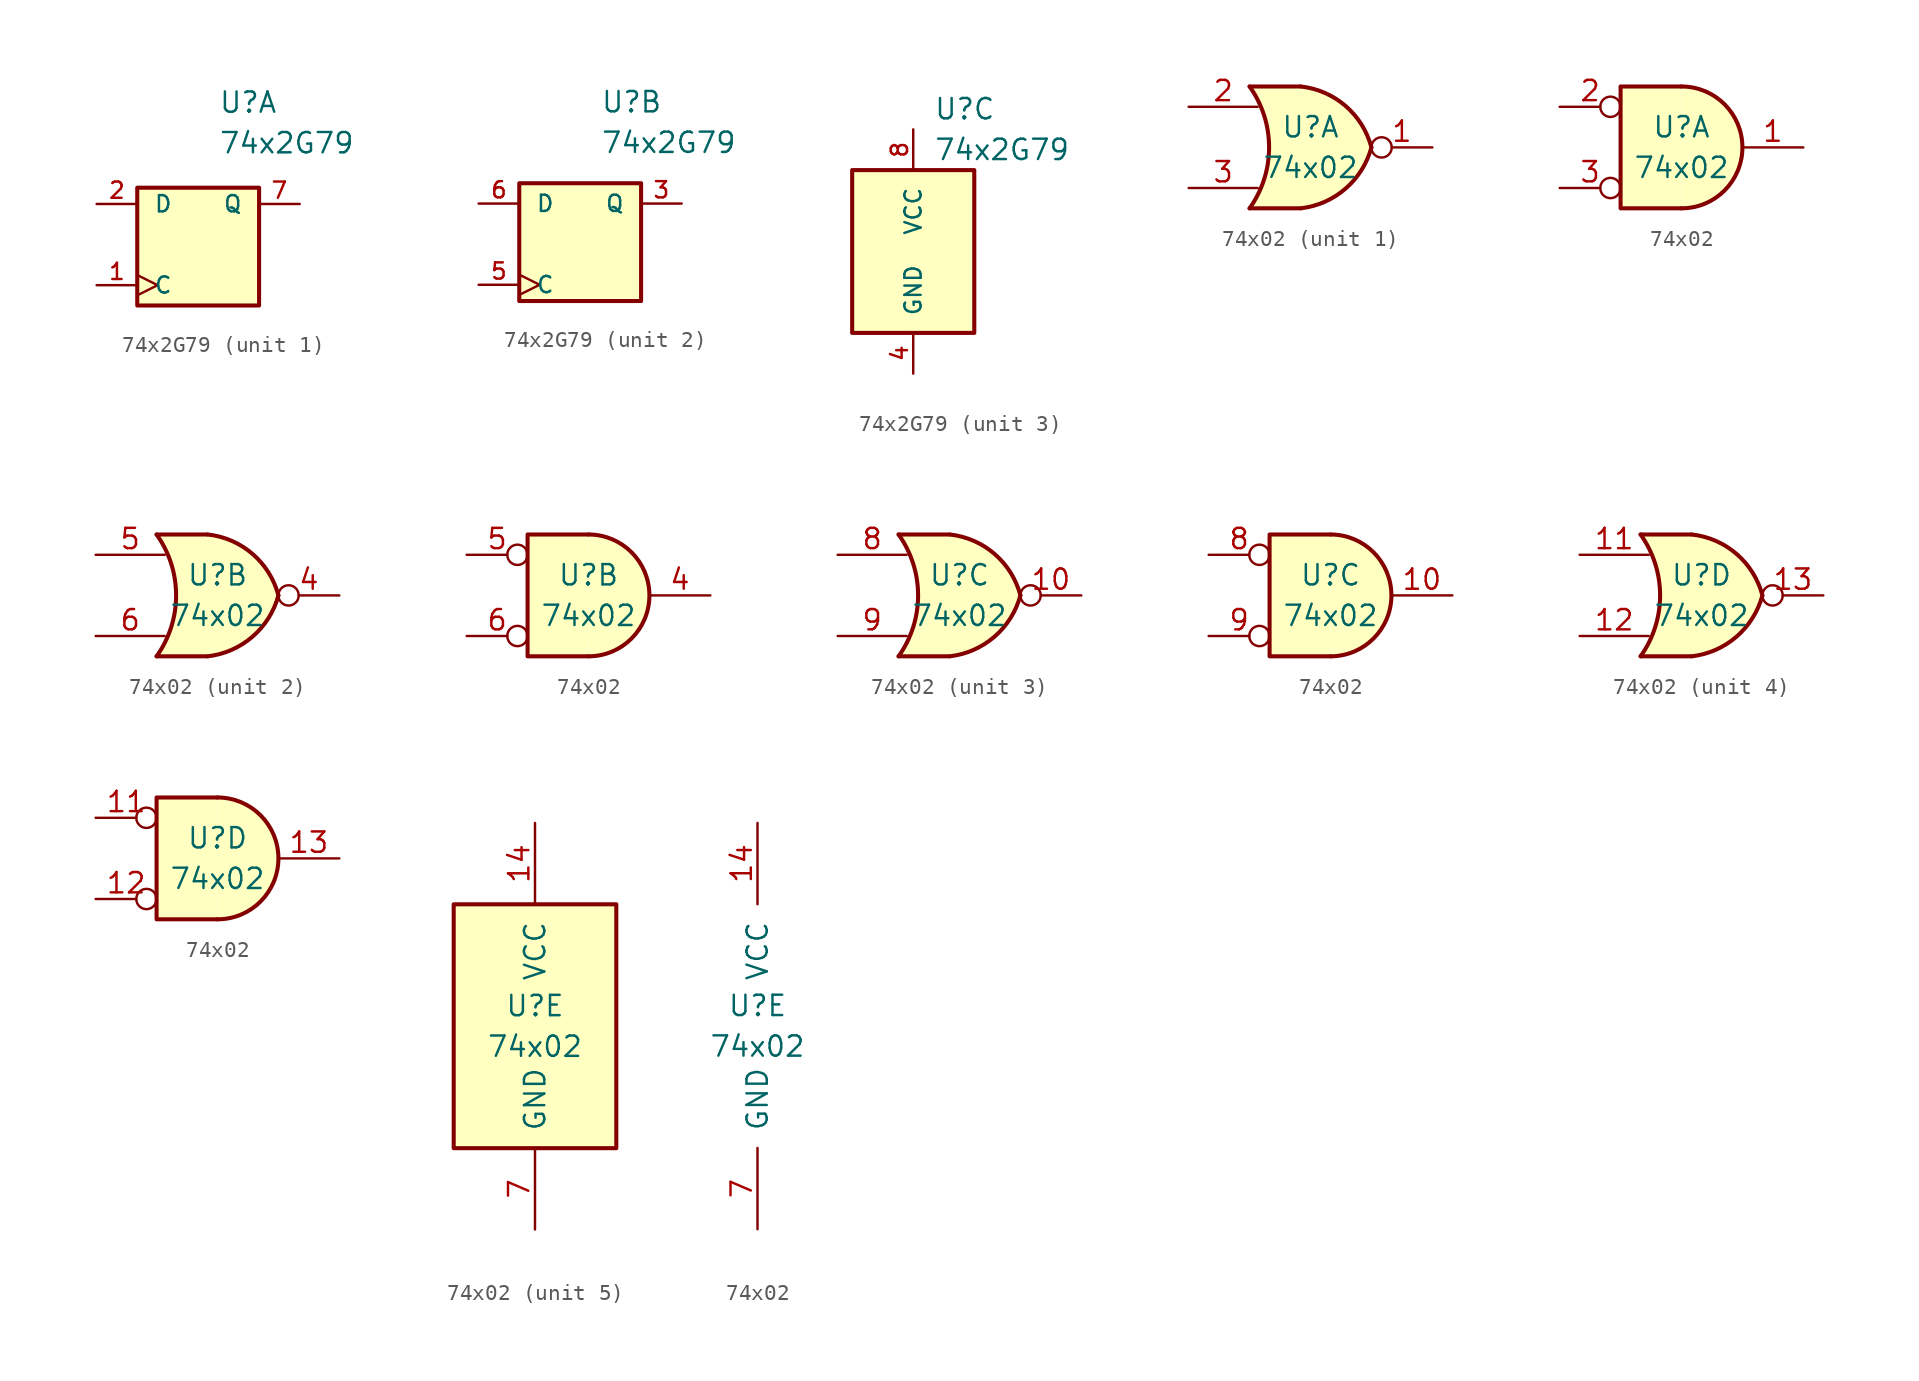
<source format=kicad_sym>
(kicad_symbol_lib
  (version 20220914)
  (generator kicad_symbol_editor)
  (symbol "74x2G79"
    (pin_names
      (offset 1.016))
    (property "Reference" "U"
      (at 1.27 8.89 0)
      (effects (font (size 1.27 1.27)) (justify left)))
    (property "Value" "74x2G79"
      (at 1.27 6.35 0)
      (effects (font (size 1.27 1.27)) (justify left)))
    (property "ki_locked" ""
      (at 0 0 0)
      (effects (font (size 1.27 1.27))))
    (symbol "74x2G79_1_1"
      (rectangle (start -3.81 3.556) (end 3.81 -3.81) (stroke (width 0.254) (type default)) (fill (type background)))
      (pin input clock (at -6.35 -2.54 0) (length 2.54) (name "C" (effects (font (size 1.016 1.016)))) (number "1" (effects (font (size 1.016 1.016)))))
      (pin input line (at -6.35 2.54 0) (length 2.54) (name "D" (effects (font (size 1.016 1.016)))) (number "2" (effects (font (size 1.016 1.016)))))
      (pin output line (at 6.35 2.54 180) (length 2.54) (name "Q" (effects (font (size 1.016 1.016)))) (number "7" (effects (font (size 1.016 1.016))))))
    (symbol "74x2G79_2_1"
      (rectangle (start -3.81 3.81) (end 3.81 -3.556) (stroke (width 0.254) (type default)) (fill (type background)))
      (pin output line (at 6.35 2.54 180) (length 2.54) (name "Q" (effects (font (size 1.016 1.016)))) (number "3" (effects (font (size 1.016 1.016)))))
      (pin input clock (at -6.35 -2.54 0) (length 2.54) (name "C" (effects (font (size 1.016 1.016)))) (number "5" (effects (font (size 1.016 1.016)))))
      (pin input line (at -6.35 2.54 0) (length 2.54) (name "D" (effects (font (size 1.016 1.016)))) (number "6" (effects (font (size 1.016 1.016))))))
    (symbol "74x2G79_3_1"
      (rectangle (start -3.81 5.08) (end 3.81 -5.08) (stroke (width 0.254) (type default)) (fill (type background)))
      (pin power_in line (at 0 -7.62 90) (length 2.54) (name "GND" (effects (font (size 1.016 1.016)))) (number "4" (effects (font (size 1.016 1.016)))))
      (pin power_in line (at 0 7.62 270) (length 2.54) (name "VCC" (effects (font (size 1.016 1.016)))) (number "8" (effects (font (size 1.016 1.016)))))))
  (symbol "74x02"
    (pin_names
      (offset 1.016))
    (property "Reference" "U"
      (at 0 1.27 0)
      (effects (font (size 1.27 1.27))))
    (property "Value" "74x02"
      (at 0 -1.27 0)
      (effects (font (size 1.27 1.27))))
    (property "ki_locked" ""
      (at 0 0 0)
      (effects (font (size 1.27 1.27))))
    (symbol "74x02_1_1"
      (arc (start -3.81 -3.81) (mid -2.589 0) (end -3.81 3.81) (stroke (width 0.254) (type default)) (fill (type none)))
      (arc (start -0.6096 -3.81) (mid 2.1842 -2.5851) (end 3.81 0) (stroke (width 0.254) (type default)) (fill (type background)))
      (polyline (pts (xy -3.81 -3.81) (xy -0.635 -3.81)) (stroke (width 0.254) (type default)) (fill (type background)))
      (polyline (pts (xy -3.81 3.81) (xy -0.635 3.81)) (stroke (width 0.254) (type default)) (fill (type background)))
      (polyline (pts (xy -0.635 3.81) (xy -3.81 3.81) (xy -3.81 3.81) (xy -3.556 3.404) (xy -3.023 2.261) (xy -2.692 1.041) (xy -2.616 -0.254) (xy -2.769 -1.499) (xy -3.175 -2.718) (xy -3.81 -3.81) (xy -3.81 -3.81) (xy -0.635 -3.81)) (stroke (width -25.4) (type default)) (fill (type background)))
      (arc (start 3.81 0) (mid 2.1915 2.5936) (end -0.6096 3.81) (stroke (width 0.254) (type default)) (fill (type background)))
      (pin output inverted (at 7.62 0 180) (length 3.81) (name "~" (effects (font (size 1.27 1.27)))) (number "1" (effects (font (size 1.27 1.27)))))
      (pin input line (at -7.62 2.54 0) (length 4.318) (name "~" (effects (font (size 1.27 1.27)))) (number "2" (effects (font (size 1.27 1.27)))))
      (pin input line (at -7.62 -2.54 0) (length 4.318) (name "~" (effects (font (size 1.27 1.27)))) (number "3" (effects (font (size 1.27 1.27))))))
    (symbol "74x02_1_2"
      (arc (start 0 -3.81) (mid 3.7934 0) (end 0 3.81) (stroke (width 0.254) (type default)) (fill (type background)))
      (polyline (pts (xy 0 3.81) (xy -3.81 3.81) (xy -3.81 -3.81) (xy 0 -3.81)) (stroke (width 0.254) (type default)) (fill (type background)))
      (pin output line (at 7.62 0 180) (length 3.81) (name "~" (effects (font (size 1.27 1.27)))) (number "1" (effects (font (size 1.27 1.27)))))
      (pin input inverted (at -7.62 2.54 0) (length 3.81) (name "~" (effects (font (size 1.27 1.27)))) (number "2" (effects (font (size 1.27 1.27)))))
      (pin input inverted (at -7.62 -2.54 0) (length 3.81) (name "~" (effects (font (size 1.27 1.27)))) (number "3" (effects (font (size 1.27 1.27))))))
    (symbol "74x02_2_1"
      (arc (start -3.81 -3.81) (mid -2.589 0) (end -3.81 3.81) (stroke (width 0.254) (type default)) (fill (type none)))
      (arc (start -0.6096 -3.81) (mid 2.1842 -2.5851) (end 3.81 0) (stroke (width 0.254) (type default)) (fill (type background)))
      (polyline (pts (xy -3.81 -3.81) (xy -0.635 -3.81)) (stroke (width 0.254) (type default)) (fill (type background)))
      (polyline (pts (xy -3.81 3.81) (xy -0.635 3.81)) (stroke (width 0.254) (type default)) (fill (type background)))
      (polyline (pts (xy -0.635 3.81) (xy -3.81 3.81) (xy -3.81 3.81) (xy -3.556 3.404) (xy -3.023 2.261) (xy -2.692 1.041) (xy -2.616 -0.254) (xy -2.769 -1.499) (xy -3.175 -2.718) (xy -3.81 -3.81) (xy -3.81 -3.81) (xy -0.635 -3.81)) (stroke (width -25.4) (type default)) (fill (type background)))
      (arc (start 3.81 0) (mid 2.1915 2.5936) (end -0.6096 3.81) (stroke (width 0.254) (type default)) (fill (type background)))
      (pin output inverted (at 7.62 0 180) (length 3.81) (name "~" (effects (font (size 1.27 1.27)))) (number "4" (effects (font (size 1.27 1.27)))))
      (pin input line (at -7.62 2.54 0) (length 4.318) (name "~" (effects (font (size 1.27 1.27)))) (number "5" (effects (font (size 1.27 1.27)))))
      (pin input line (at -7.62 -2.54 0) (length 4.318) (name "~" (effects (font (size 1.27 1.27)))) (number "6" (effects (font (size 1.27 1.27))))))
    (symbol "74x02_2_2"
      (arc (start 0 -3.81) (mid 3.7934 0) (end 0 3.81) (stroke (width 0.254) (type default)) (fill (type background)))
      (polyline (pts (xy 0 3.81) (xy -3.81 3.81) (xy -3.81 -3.81) (xy 0 -3.81)) (stroke (width 0.254) (type default)) (fill (type background)))
      (pin output line (at 7.62 0 180) (length 3.81) (name "~" (effects (font (size 1.27 1.27)))) (number "4" (effects (font (size 1.27 1.27)))))
      (pin input inverted (at -7.62 2.54 0) (length 3.81) (name "~" (effects (font (size 1.27 1.27)))) (number "5" (effects (font (size 1.27 1.27)))))
      (pin input inverted (at -7.62 -2.54 0) (length 3.81) (name "~" (effects (font (size 1.27 1.27)))) (number "6" (effects (font (size 1.27 1.27))))))
    (symbol "74x02_3_1"
      (arc (start -3.81 -3.81) (mid -2.589 0) (end -3.81 3.81) (stroke (width 0.254) (type default)) (fill (type none)))
      (arc (start -0.6096 -3.81) (mid 2.1842 -2.5851) (end 3.81 0) (stroke (width 0.254) (type default)) (fill (type background)))
      (polyline (pts (xy -3.81 -3.81) (xy -0.635 -3.81)) (stroke (width 0.254) (type default)) (fill (type background)))
      (polyline (pts (xy -3.81 3.81) (xy -0.635 3.81)) (stroke (width 0.254) (type default)) (fill (type background)))
      (polyline (pts (xy -0.635 3.81) (xy -3.81 3.81) (xy -3.81 3.81) (xy -3.556 3.404) (xy -3.023 2.261) (xy -2.692 1.041) (xy -2.616 -0.254) (xy -2.769 -1.499) (xy -3.175 -2.718) (xy -3.81 -3.81) (xy -3.81 -3.81) (xy -0.635 -3.81)) (stroke (width -25.4) (type default)) (fill (type background)))
      (arc (start 3.81 0) (mid 2.1915 2.5936) (end -0.6096 3.81) (stroke (width 0.254) (type default)) (fill (type background)))
      (pin output inverted (at 7.62 0 180) (length 3.81) (name "~" (effects (font (size 1.27 1.27)))) (number "10" (effects (font (size 1.27 1.27)))))
      (pin input line (at -7.62 2.54 0) (length 4.318) (name "~" (effects (font (size 1.27 1.27)))) (number "8" (effects (font (size 1.27 1.27)))))
      (pin input line (at -7.62 -2.54 0) (length 4.318) (name "~" (effects (font (size 1.27 1.27)))) (number "9" (effects (font (size 1.27 1.27))))))
    (symbol "74x02_3_2"
      (arc (start 0 -3.81) (mid 3.7934 0) (end 0 3.81) (stroke (width 0.254) (type default)) (fill (type background)))
      (polyline (pts (xy 0 3.81) (xy -3.81 3.81) (xy -3.81 -3.81) (xy 0 -3.81)) (stroke (width 0.254) (type default)) (fill (type background)))
      (pin output line (at 7.62 0 180) (length 3.81) (name "~" (effects (font (size 1.27 1.27)))) (number "10" (effects (font (size 1.27 1.27)))))
      (pin input inverted (at -7.62 2.54 0) (length 3.81) (name "~" (effects (font (size 1.27 1.27)))) (number "8" (effects (font (size 1.27 1.27)))))
      (pin input inverted (at -7.62 -2.54 0) (length 3.81) (name "~" (effects (font (size 1.27 1.27)))) (number "9" (effects (font (size 1.27 1.27))))))
    (symbol "74x02_4_1"
      (arc (start -3.81 -3.81) (mid -2.589 0) (end -3.81 3.81) (stroke (width 0.254) (type default)) (fill (type none)))
      (arc (start -0.6096 -3.81) (mid 2.1842 -2.5851) (end 3.81 0) (stroke (width 0.254) (type default)) (fill (type background)))
      (polyline (pts (xy -3.81 -3.81) (xy -0.635 -3.81)) (stroke (width 0.254) (type default)) (fill (type background)))
      (polyline (pts (xy -3.81 3.81) (xy -0.635 3.81)) (stroke (width 0.254) (type default)) (fill (type background)))
      (polyline (pts (xy -0.635 3.81) (xy -3.81 3.81) (xy -3.81 3.81) (xy -3.556 3.404) (xy -3.023 2.261) (xy -2.692 1.041) (xy -2.616 -0.254) (xy -2.769 -1.499) (xy -3.175 -2.718) (xy -3.81 -3.81) (xy -3.81 -3.81) (xy -0.635 -3.81)) (stroke (width -25.4) (type default)) (fill (type background)))
      (arc (start 3.81 0) (mid 2.1915 2.5936) (end -0.6096 3.81) (stroke (width 0.254) (type default)) (fill (type background)))
      (pin input line (at -7.62 2.54 0) (length 4.318) (name "~" (effects (font (size 1.27 1.27)))) (number "11" (effects (font (size 1.27 1.27)))))
      (pin input line (at -7.62 -2.54 0) (length 4.318) (name "~" (effects (font (size 1.27 1.27)))) (number "12" (effects (font (size 1.27 1.27)))))
      (pin output inverted (at 7.62 0 180) (length 3.81) (name "~" (effects (font (size 1.27 1.27)))) (number "13" (effects (font (size 1.27 1.27))))))
    (symbol "74x02_4_2"
      (arc (start 0 -3.81) (mid 3.7934 0) (end 0 3.81) (stroke (width 0.254) (type default)) (fill (type background)))
      (polyline (pts (xy 0 3.81) (xy -3.81 3.81) (xy -3.81 -3.81) (xy 0 -3.81)) (stroke (width 0.254) (type default)) (fill (type background)))
      (pin input inverted (at -7.62 2.54 0) (length 3.81) (name "~" (effects (font (size 1.27 1.27)))) (number "11" (effects (font (size 1.27 1.27)))))
      (pin input inverted (at -7.62 -2.54 0) (length 3.81) (name "~" (effects (font (size 1.27 1.27)))) (number "12" (effects (font (size 1.27 1.27)))))
      (pin output line (at 7.62 0 180) (length 3.81) (name "~" (effects (font (size 1.27 1.27)))) (number "13" (effects (font (size 1.27 1.27))))))
    (symbol "74x02_5_0"
      (pin power_in line (at 0 12.7 270) (length 5.08) (name "VCC" (effects (font (size 1.27 1.27)))) (number "14" (effects (font (size 1.27 1.27)))))
      (pin power_in line (at 0 -12.7 90) (length 5.08) (name "GND" (effects (font (size 1.27 1.27)))) (number "7" (effects (font (size 1.27 1.27))))))
    (symbol "74x02_5_1"
      (rectangle (start -5.08 7.62) (end 5.08 -7.62) (stroke (width 0.254) (type default)) (fill (type background))))))
</source>
